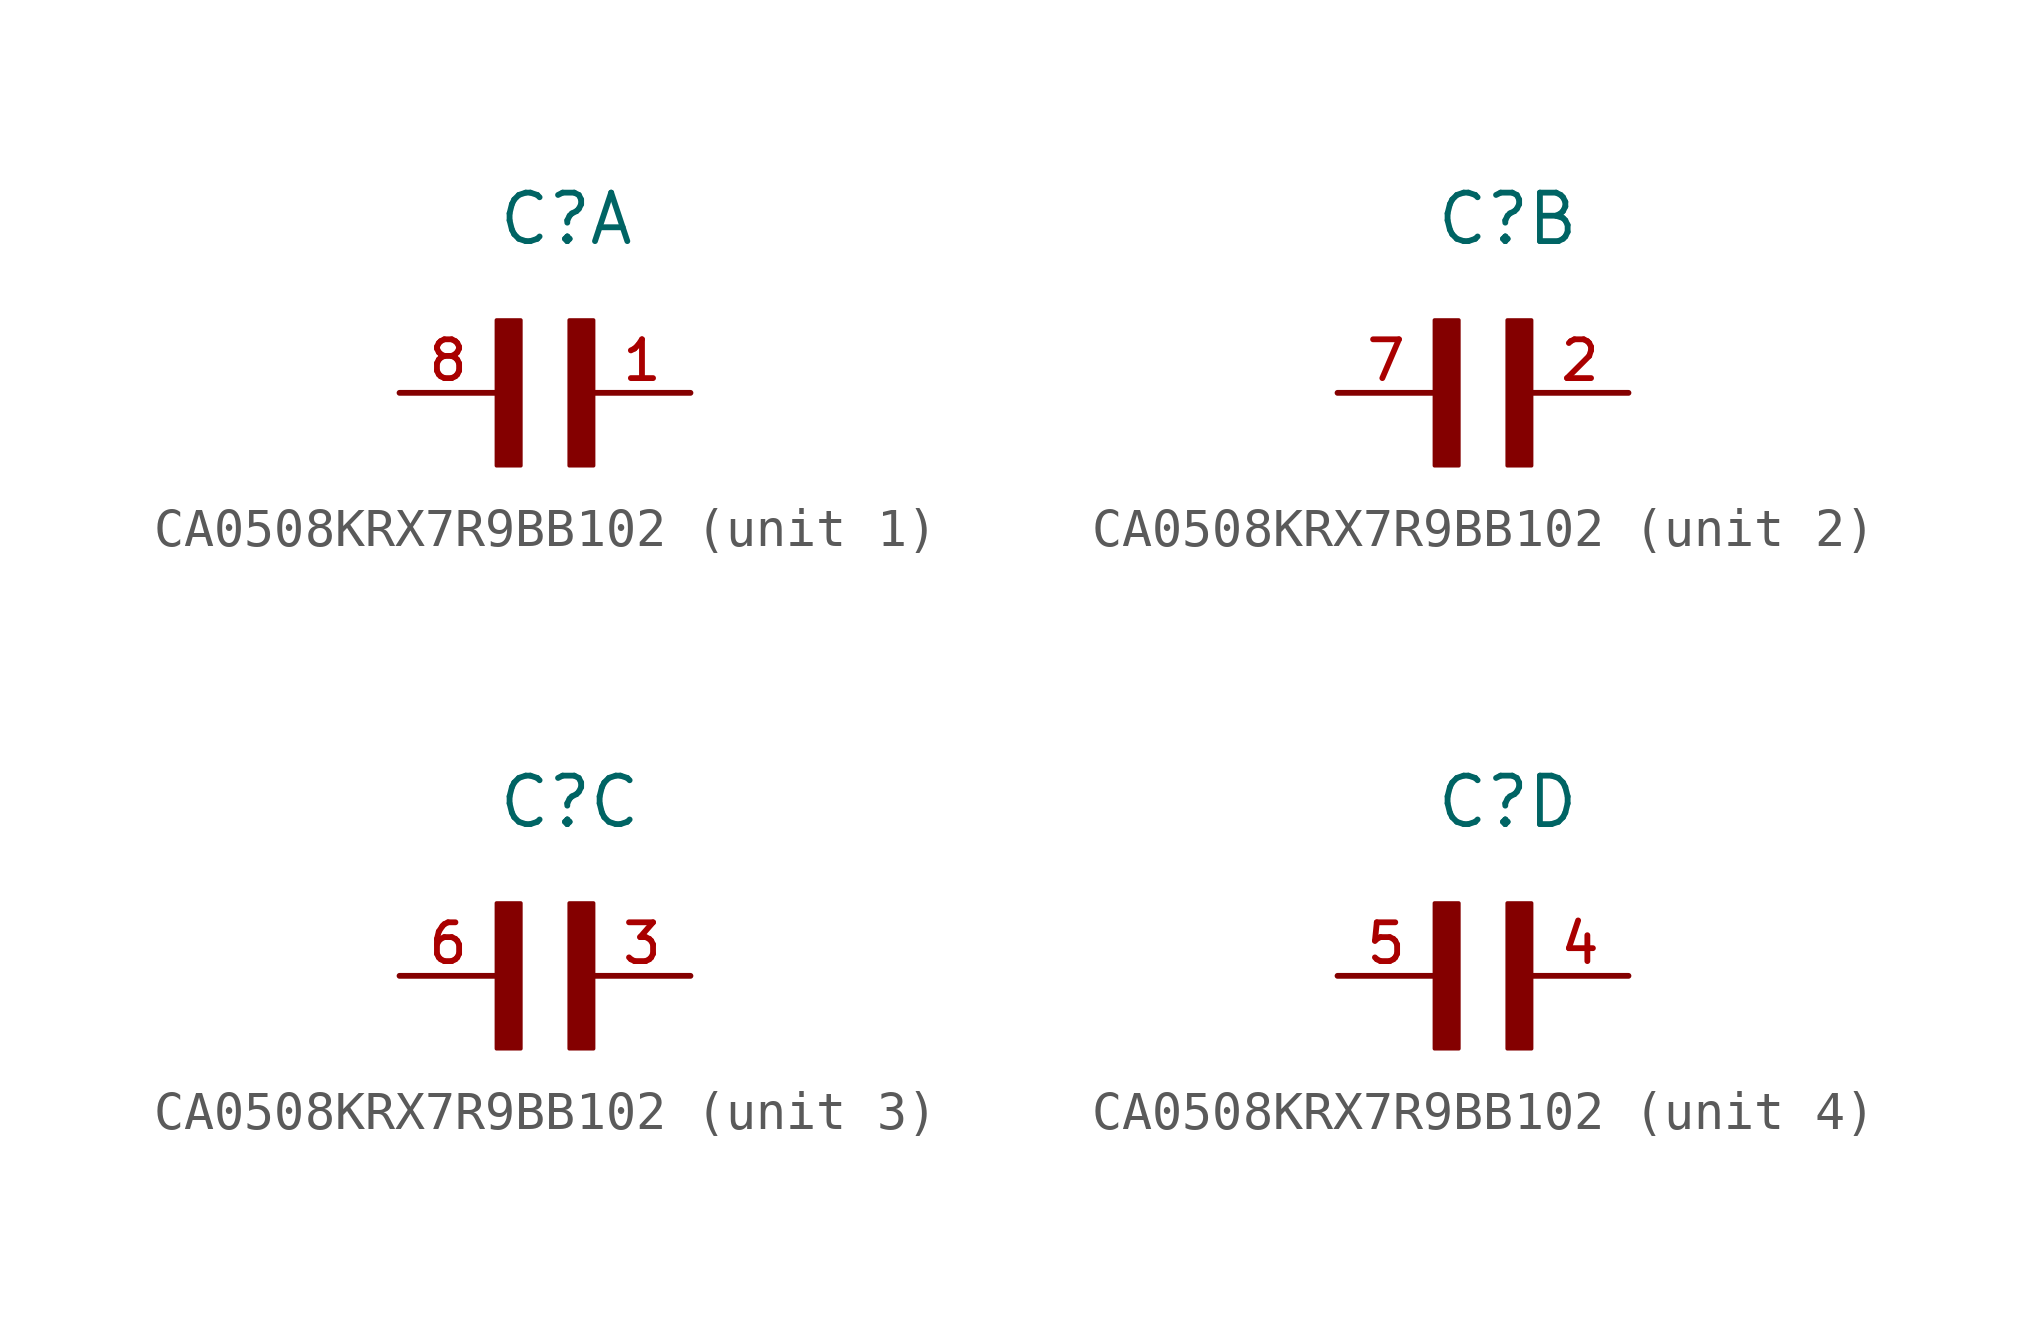
<source format=kicad_sym>
(kicad_symbol_lib
  (version 20211014)
  (generator kicad_symbol_editor)
  (symbol "CA0508KRX7R9BB102"
    (pin_names
      (offset 1.016))
    (property "Reference" "C"
      (at 0 3.811 0)
      (effects (font (size 1.27 1.27)) (justify left bottom)))
    (symbol "CA0508KRX7R9BB102_1_0"
      (rectangle (start 0 -1.907) (end 0.635 1.905) (stroke (width 0.1) (type default) (color 0 0 0 0)) (fill (type outline)))
      (rectangle (start 1.907 -1.907) (end 2.54 1.905) (stroke (width 0.1) (type default) (color 0 0 0 0)) (fill (type outline)))
      (pin passive line (at 5.08 0 180) (length 2.54) (name "~" (effects (font (size 1.016 1.016)))) (number "1" (effects (font (size 1.016 1.016)))))
      (pin passive line (at -2.54 0 0) (length 2.54) (name "~" (effects (font (size 1.016 1.016)))) (number "8" (effects (font (size 1.016 1.016))))))
    (symbol "CA0508KRX7R9BB102_2_0"
      (rectangle (start 0 -1.907) (end 0.635 1.905) (stroke (width 0.1) (type default) (color 0 0 0 0)) (fill (type outline)))
      (rectangle (start 1.907 -1.907) (end 2.54 1.905) (stroke (width 0.1) (type default) (color 0 0 0 0)) (fill (type outline)))
      (pin passive line (at 5.08 0 180) (length 2.54) (name "~" (effects (font (size 1.016 1.016)))) (number "2" (effects (font (size 1.016 1.016)))))
      (pin passive line (at -2.54 0 0) (length 2.54) (name "~" (effects (font (size 1.016 1.016)))) (number "7" (effects (font (size 1.016 1.016))))))
    (symbol "CA0508KRX7R9BB102_3_0"
      (rectangle (start 0 -1.907) (end 0.635 1.905) (stroke (width 0.1) (type default) (color 0 0 0 0)) (fill (type outline)))
      (rectangle (start 1.907 -1.907) (end 2.54 1.905) (stroke (width 0.1) (type default) (color 0 0 0 0)) (fill (type outline)))
      (pin passive line (at 5.08 0 180) (length 2.54) (name "~" (effects (font (size 1.016 1.016)))) (number "3" (effects (font (size 1.016 1.016)))))
      (pin passive line (at -2.54 0 0) (length 2.54) (name "~" (effects (font (size 1.016 1.016)))) (number "6" (effects (font (size 1.016 1.016))))))
    (symbol "CA0508KRX7R9BB102_4_0"
      (rectangle (start 0 -1.907) (end 0.635 1.905) (stroke (width 0.1) (type default) (color 0 0 0 0)) (fill (type outline)))
      (rectangle (start 1.907 -1.907) (end 2.54 1.905) (stroke (width 0.1) (type default) (color 0 0 0 0)) (fill (type outline)))
      (pin passive line (at 5.08 0 180) (length 2.54) (name "~" (effects (font (size 1.016 1.016)))) (number "4" (effects (font (size 1.016 1.016)))))
      (pin passive line (at -2.54 0 0) (length 2.54) (name "~" (effects (font (size 1.016 1.016)))) (number "5" (effects (font (size 1.016 1.016))))))))
</source>
